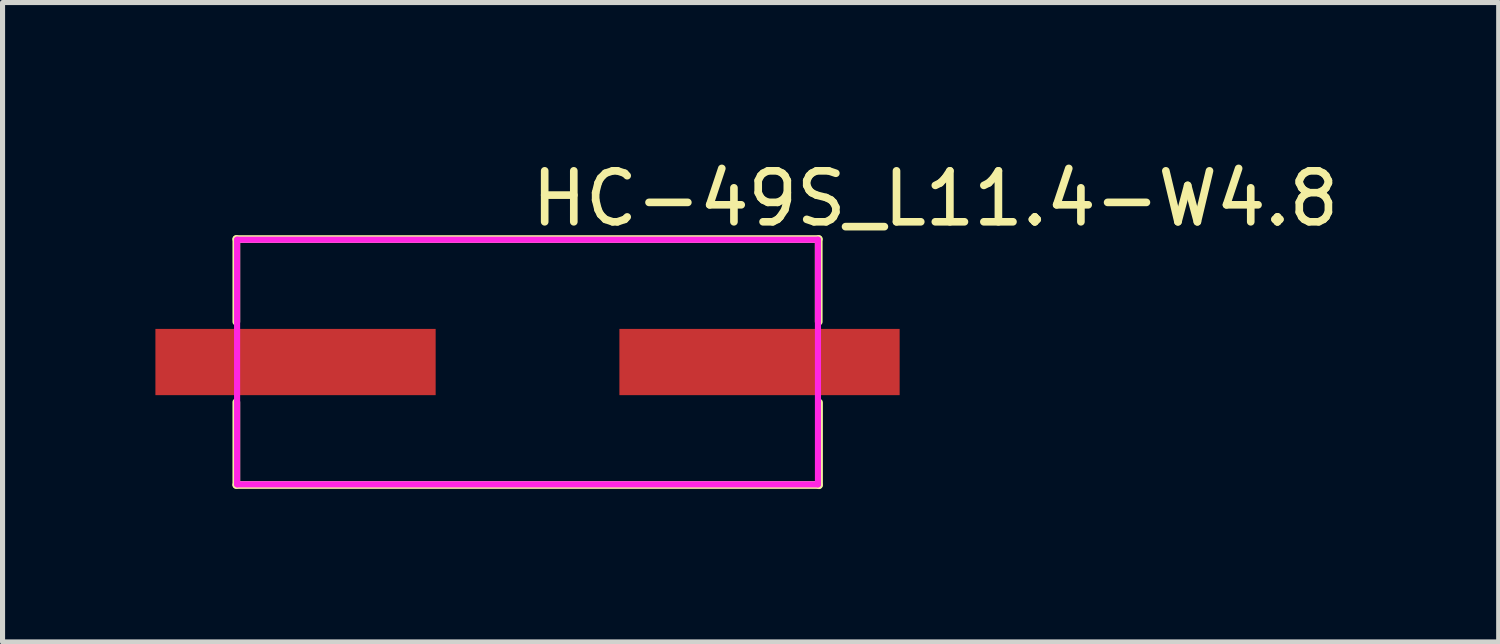
<source format=kicad_pcb>
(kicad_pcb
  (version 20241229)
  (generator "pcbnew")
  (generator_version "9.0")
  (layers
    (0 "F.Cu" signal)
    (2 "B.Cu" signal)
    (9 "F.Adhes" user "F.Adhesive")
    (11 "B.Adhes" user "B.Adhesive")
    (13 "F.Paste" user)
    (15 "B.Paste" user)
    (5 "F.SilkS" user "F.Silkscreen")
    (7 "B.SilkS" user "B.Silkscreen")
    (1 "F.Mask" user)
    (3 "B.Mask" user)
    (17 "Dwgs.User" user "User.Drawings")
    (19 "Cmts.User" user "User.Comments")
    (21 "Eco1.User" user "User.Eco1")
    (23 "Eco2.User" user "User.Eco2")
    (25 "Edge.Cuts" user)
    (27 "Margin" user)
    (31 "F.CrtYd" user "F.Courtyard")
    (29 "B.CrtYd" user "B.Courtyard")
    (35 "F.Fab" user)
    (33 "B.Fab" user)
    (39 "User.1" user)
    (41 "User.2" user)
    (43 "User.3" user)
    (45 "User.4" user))
  (footprint "HC-49S_L11.4-W4.8"
    (layer "F.Cu")
    (at 7.303 4.055)
    (property "Reference" "HC-49S_L11.4-W4.8" (at 0 -3.207 0) (layer "F.SilkS") (effects (font (size 1 1) (thickness 0.15)) (justify left)))
    (attr through_hole)
    (fp_line (start -5.715 -2.413) (end -5.715 -0.79) (stroke (width 0.152) (type solid)) (layer "F.SilkS"))
    (fp_line (start -5.715 2.413) (end 5.715 2.413) (stroke (width 0.152) (type solid)) (layer "F.SilkS"))
    (fp_line (start -5.715 0.788) (end -5.715 2.411) (stroke (width 0.152) (type solid)) (layer "F.SilkS"))
    (fp_line (start 5.715 -2.413) (end -5.715 -2.413) (stroke (width 0.152) (type solid)) (layer "F.SilkS"))
    (fp_line (start 5.715 -2.413) (end 5.715 -0.79) (stroke (width 0.152) (type solid)) (layer "F.SilkS"))
    (fp_line (start 5.721 0.795) (end 5.721 2.418) (stroke (width 0.152) (type solid)) (layer "F.SilkS"))
    (fp_circle (center 6.34 -2.4) (end 6.37 -2.4) (stroke (width 0.06) (type solid)) (fill no) (layer "Eco2.User"))
    (fp_poly (pts (xy -6.34 -0.4) (xy -1.84 -0.4) (xy -1.84 0.4) (xy -6.34 0.4)) (stroke (width 0.12) (type solid)) (fill no) (layer "Eco2.User"))
    (fp_poly (pts (xy 1.84 -0.4) (xy 6.34 -0.4) (xy 6.34 0.4) (xy 1.84 0.4)) (stroke (width 0.12) (type solid)) (fill no) (layer "Eco2.User"))
    (fp_line (start -5.7 -2.4) (end 5.7 -2.4) (stroke (width 0.12) (type solid)) (layer "F.CrtYd"))
    (fp_line (start -5.7 2.4) (end -5.7 -2.4) (stroke (width 0.12) (type solid)) (layer "F.CrtYd"))
    (fp_line (start 5.7 -2.4) (end 5.7 2.4) (stroke (width 0.12) (type solid)) (layer "F.CrtYd"))
    (fp_line (start 5.7 2.4) (end -5.7 2.4) (stroke (width 0.12) (type solid)) (layer "F.CrtYd"))
    (pad "1" smd rect (at 4.553 0) (size 5.5 1.3) (layers "F.Cu" "F.Mask" "F.Paste"))
    (pad "2" smd rect (at -4.553 0) (size 5.5 1.3) (layers "F.Cu" "F.Mask" "F.Paste")))
  (gr_rect
    (start -3 -3)
    (end 26.363 9.549)
    (stroke (width 0.1) (type default))
    (fill no)
    (layer "Edge.Cuts")))
</source>
